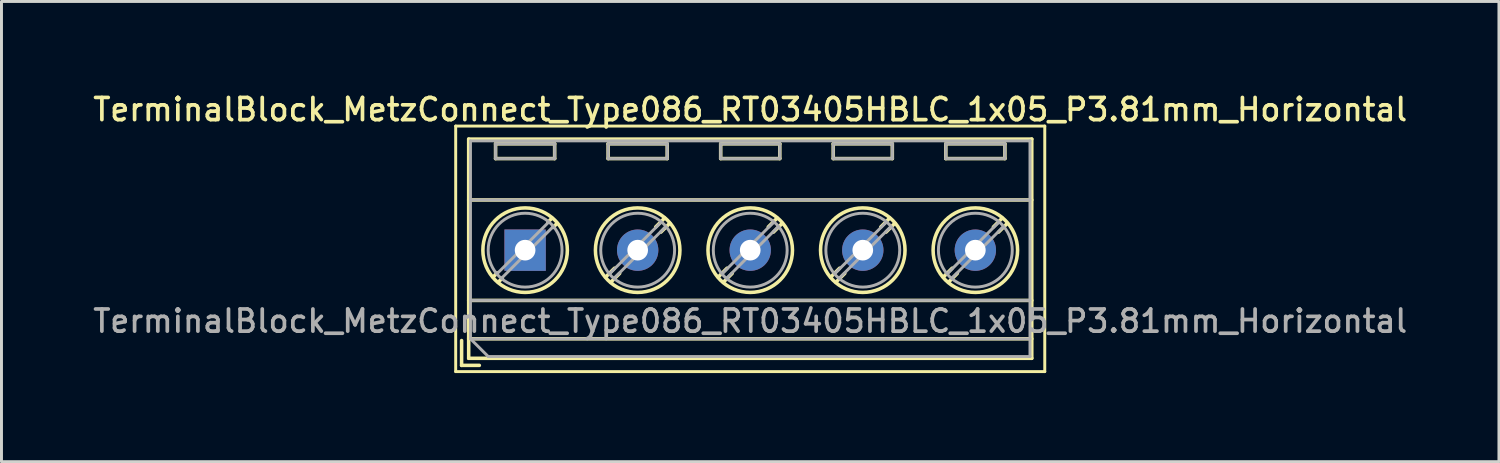
<source format=kicad_pcb>
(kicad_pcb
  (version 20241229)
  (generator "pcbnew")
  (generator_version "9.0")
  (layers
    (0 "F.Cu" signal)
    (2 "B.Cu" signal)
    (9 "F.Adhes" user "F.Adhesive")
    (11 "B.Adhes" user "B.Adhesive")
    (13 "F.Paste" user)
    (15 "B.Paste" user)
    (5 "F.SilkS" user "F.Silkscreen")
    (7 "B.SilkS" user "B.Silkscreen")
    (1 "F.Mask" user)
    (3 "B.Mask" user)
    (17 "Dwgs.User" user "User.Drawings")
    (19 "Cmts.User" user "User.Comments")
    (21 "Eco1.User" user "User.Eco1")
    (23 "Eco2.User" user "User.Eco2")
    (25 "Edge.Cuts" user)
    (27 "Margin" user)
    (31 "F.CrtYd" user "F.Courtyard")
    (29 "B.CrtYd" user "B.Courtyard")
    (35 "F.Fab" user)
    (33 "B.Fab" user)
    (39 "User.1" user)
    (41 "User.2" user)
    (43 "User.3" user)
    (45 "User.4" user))
  (footprint "TerminalBlock_MetzConnect_Type086_RT03405HBLC_1x05_P3.81mm_Horizontal"
    (layer "F.Cu")
    (at 14.725 5.418)
    (property "Reference" "TerminalBlock_MetzConnect_Type086_RT03405HBLC_1x05_P3.81mm_Horizontal" (at 7.62 -4.76 0) (layer "F.SilkS") (effects (font (size 0.75 0.75) (thickness 0.125))))
    (attr through_hole)
    (fp_line (start -2.35 -4.2) (end -2.35 4.11) (stroke (width 0.1) (type solid)) (layer "F.SilkS"))
    (fp_line (start -2.35 4.11) (end 17.59 4.11) (stroke (width 0.1) (type solid)) (layer "F.SilkS"))
    (fp_line (start -2.15 3.06) (end -2.15 3.9) (stroke (width 0.12) (type solid)) (layer "F.SilkS"))
    (fp_line (start -2.15 3.9) (end -1.55 3.9) (stroke (width 0.12) (type solid)) (layer "F.SilkS"))
    (fp_line (start -1.91 -3.76) (end -1.91 3.66) (stroke (width 0.12) (type solid)) (layer "F.SilkS"))
    (fp_line (start -1.91 -3.76) (end 17.15 -3.76) (stroke (width 0.12) (type solid)) (layer "F.SilkS"))
    (fp_line (start -1.91 -1.7) (end 17.15 -1.7) (stroke (width 0.12) (type solid)) (layer "F.SilkS"))
    (fp_line (start -1.91 1.701) (end 17.15 1.701) (stroke (width 0.12) (type solid)) (layer "F.SilkS"))
    (fp_line (start -1.91 3) (end 17.15 3) (stroke (width 0.12) (type solid)) (layer "F.SilkS"))
    (fp_line (start -1.91 3.66) (end 17.15 3.66) (stroke (width 0.12) (type solid)) (layer "F.SilkS"))
    (fp_line (start -1 -3.6) (end -1 -3.1) (stroke (width 0.12) (type solid)) (layer "F.SilkS"))
    (fp_line (start -1 -3.6) (end 1 -3.6) (stroke (width 0.12) (type solid)) (layer "F.SilkS"))
    (fp_line (start -1 -3.1) (end 1 -3.1) (stroke (width 0.12) (type solid)) (layer "F.SilkS"))
    (fp_line (start -0.946 0.771) (end -1.085 0.91) (stroke (width 0.12) (type solid)) (layer "F.SilkS"))
    (fp_line (start -0.771 0.945) (end -0.911 1.085) (stroke (width 0.12) (type solid)) (layer "F.SilkS"))
    (fp_line (start 0.911 -1.085) (end 0.771 -0.945) (stroke (width 0.12) (type solid)) (layer "F.SilkS"))
    (fp_line (start 1 -3.6) (end 1 -3.1) (stroke (width 0.12) (type solid)) (layer "F.SilkS"))
    (fp_line (start 1.085 -0.91) (end 0.945 -0.771) (stroke (width 0.12) (type solid)) (layer "F.SilkS"))
    (fp_line (start 2.81 -3.6) (end 2.81 -3.1) (stroke (width 0.12) (type solid)) (layer "F.SilkS"))
    (fp_line (start 2.81 -3.6) (end 4.81 -3.6) (stroke (width 0.12) (type solid)) (layer "F.SilkS"))
    (fp_line (start 2.81 -3.1) (end 4.81 -3.1) (stroke (width 0.12) (type solid)) (layer "F.SilkS"))
    (fp_line (start 3.025 0.611) (end 2.726 0.91) (stroke (width 0.12) (type solid)) (layer "F.SilkS"))
    (fp_line (start 3.2 0.786) (end 2.9 1.085) (stroke (width 0.12) (type solid)) (layer "F.SilkS"))
    (fp_line (start 4.721 -1.085) (end 4.421 -0.786) (stroke (width 0.12) (type solid)) (layer "F.SilkS"))
    (fp_line (start 4.81 -3.6) (end 4.81 -3.1) (stroke (width 0.12) (type solid)) (layer "F.SilkS"))
    (fp_line (start 4.895 -0.91) (end 4.596 -0.611) (stroke (width 0.12) (type solid)) (layer "F.SilkS"))
    (fp_line (start 6.62 -3.6) (end 6.62 -3.1) (stroke (width 0.12) (type solid)) (layer "F.SilkS"))
    (fp_line (start 6.62 -3.6) (end 8.62 -3.6) (stroke (width 0.12) (type solid)) (layer "F.SilkS"))
    (fp_line (start 6.62 -3.1) (end 8.62 -3.1) (stroke (width 0.12) (type solid)) (layer "F.SilkS"))
    (fp_line (start 6.835 0.611) (end 6.536 0.91) (stroke (width 0.12) (type solid)) (layer "F.SilkS"))
    (fp_line (start 7.01 0.786) (end 6.71 1.085) (stroke (width 0.12) (type solid)) (layer "F.SilkS"))
    (fp_line (start 8.531 -1.085) (end 8.231 -0.786) (stroke (width 0.12) (type solid)) (layer "F.SilkS"))
    (fp_line (start 8.62 -3.6) (end 8.62 -3.1) (stroke (width 0.12) (type solid)) (layer "F.SilkS"))
    (fp_line (start 8.705 -0.91) (end 8.406 -0.611) (stroke (width 0.12) (type solid)) (layer "F.SilkS"))
    (fp_line (start 10.43 -3.6) (end 10.43 -3.1) (stroke (width 0.12) (type solid)) (layer "F.SilkS"))
    (fp_line (start 10.43 -3.6) (end 12.43 -3.6) (stroke (width 0.12) (type solid)) (layer "F.SilkS"))
    (fp_line (start 10.43 -3.1) (end 12.43 -3.1) (stroke (width 0.12) (type solid)) (layer "F.SilkS"))
    (fp_line (start 10.645 0.611) (end 10.346 0.91) (stroke (width 0.12) (type solid)) (layer "F.SilkS"))
    (fp_line (start 10.82 0.786) (end 10.52 1.085) (stroke (width 0.12) (type solid)) (layer "F.SilkS"))
    (fp_line (start 12.341 -1.085) (end 12.041 -0.786) (stroke (width 0.12) (type solid)) (layer "F.SilkS"))
    (fp_line (start 12.43 -3.6) (end 12.43 -3.1) (stroke (width 0.12) (type solid)) (layer "F.SilkS"))
    (fp_line (start 12.515 -0.91) (end 12.216 -0.611) (stroke (width 0.12) (type solid)) (layer "F.SilkS"))
    (fp_line (start 14.24 -3.6) (end 14.24 -3.1) (stroke (width 0.12) (type solid)) (layer "F.SilkS"))
    (fp_line (start 14.24 -3.6) (end 16.241 -3.6) (stroke (width 0.12) (type solid)) (layer "F.SilkS"))
    (fp_line (start 14.24 -3.1) (end 16.241 -3.1) (stroke (width 0.12) (type solid)) (layer "F.SilkS"))
    (fp_line (start 14.455 0.611) (end 14.156 0.91) (stroke (width 0.12) (type solid)) (layer "F.SilkS"))
    (fp_line (start 14.63 0.786) (end 14.33 1.085) (stroke (width 0.12) (type solid)) (layer "F.SilkS"))
    (fp_line (start 16.151 -1.085) (end 15.851 -0.786) (stroke (width 0.12) (type solid)) (layer "F.SilkS"))
    (fp_line (start 16.241 -3.6) (end 16.241 -3.1) (stroke (width 0.12) (type solid)) (layer "F.SilkS"))
    (fp_line (start 16.325 -0.91) (end 16.026 -0.611) (stroke (width 0.12) (type solid)) (layer "F.SilkS"))
    (fp_line (start 17.15 -3.76) (end 17.15 3.66) (stroke (width 0.12) (type solid)) (layer "F.SilkS"))
    (fp_line (start 17.59 -4.2) (end -2.35 -4.2) (stroke (width 0.1) (type solid)) (layer "F.SilkS"))
    (fp_line (start 17.59 4.11) (end 17.59 -4.2) (stroke (width 0.1) (type solid)) (layer "F.SilkS"))
    (fp_circle (center 0 0) (end 1.43 0) (stroke (width 0.12) (type solid)) (fill no) (layer "F.SilkS"))
    (fp_circle (center 3.81 0) (end 5.24 0) (stroke (width 0.12) (type solid)) (fill no) (layer "F.SilkS"))
    (fp_circle (center 7.62 0) (end 9.05 0) (stroke (width 0.12) (type solid)) (fill no) (layer "F.SilkS"))
    (fp_circle (center 11.43 0) (end 12.86 0) (stroke (width 0.12) (type solid)) (fill no) (layer "F.SilkS"))
    (fp_circle (center 15.24 0) (end 16.67 0) (stroke (width 0.12) (type solid)) (fill no) (layer "F.SilkS"))
    (fp_line (start -1.85 -3.7) (end 17.09 -3.7) (stroke (width 0.1) (type solid)) (layer "F.Fab"))
    (fp_line (start -1.85 -1.7) (end 17.09 -1.7) (stroke (width 0.1) (type solid)) (layer "F.Fab"))
    (fp_line (start -1.85 1.7) (end 17.09 1.7) (stroke (width 0.1) (type solid)) (layer "F.Fab"))
    (fp_line (start -1.85 3) (end -1.85 -3.7) (stroke (width 0.1) (type solid)) (layer "F.Fab"))
    (fp_line (start -1.85 3) (end 17.09 3) (stroke (width 0.1) (type solid)) (layer "F.Fab"))
    (fp_line (start -1.25 3.6) (end -1.85 3) (stroke (width 0.1) (type solid)) (layer "F.Fab"))
    (fp_line (start -1 -3.6) (end -1 -3.1) (stroke (width 0.1) (type solid)) (layer "F.Fab"))
    (fp_line (start -1 -3.1) (end 1 -3.1) (stroke (width 0.1) (type solid)) (layer "F.Fab"))
    (fp_line (start 0.796 -0.948) (end -0.949 0.796) (stroke (width 0.1) (type solid)) (layer "F.Fab"))
    (fp_line (start 0.949 -0.796) (end -0.796 0.948) (stroke (width 0.1) (type solid)) (layer "F.Fab"))
    (fp_line (start 1 -3.6) (end -1 -3.6) (stroke (width 0.1) (type solid)) (layer "F.Fab"))
    (fp_line (start 1 -3.1) (end 1 -3.6) (stroke (width 0.1) (type solid)) (layer "F.Fab"))
    (fp_line (start 2.81 -3.6) (end 2.81 -3.1) (stroke (width 0.1) (type solid)) (layer "F.Fab"))
    (fp_line (start 2.81 -3.1) (end 4.81 -3.1) (stroke (width 0.1) (type solid)) (layer "F.Fab"))
    (fp_line (start 4.606 -0.948) (end 2.862 0.796) (stroke (width 0.1) (type solid)) (layer "F.Fab"))
    (fp_line (start 4.759 -0.796) (end 3.015 0.948) (stroke (width 0.1) (type solid)) (layer "F.Fab"))
    (fp_line (start 4.81 -3.6) (end 2.81 -3.6) (stroke (width 0.1) (type solid)) (layer "F.Fab"))
    (fp_line (start 4.81 -3.1) (end 4.81 -3.6) (stroke (width 0.1) (type solid)) (layer "F.Fab"))
    (fp_line (start 6.62 -3.6) (end 6.62 -3.1) (stroke (width 0.1) (type solid)) (layer "F.Fab"))
    (fp_line (start 6.62 -3.1) (end 8.62 -3.1) (stroke (width 0.1) (type solid)) (layer "F.Fab"))
    (fp_line (start 8.416 -0.948) (end 6.672 0.796) (stroke (width 0.1) (type solid)) (layer "F.Fab"))
    (fp_line (start 8.569 -0.796) (end 6.825 0.948) (stroke (width 0.1) (type solid)) (layer "F.Fab"))
    (fp_line (start 8.62 -3.6) (end 6.62 -3.6) (stroke (width 0.1) (type solid)) (layer "F.Fab"))
    (fp_line (start 8.62 -3.1) (end 8.62 -3.6) (stroke (width 0.1) (type solid)) (layer "F.Fab"))
    (fp_line (start 10.43 -3.6) (end 10.43 -3.1) (stroke (width 0.1) (type solid)) (layer "F.Fab"))
    (fp_line (start 10.43 -3.1) (end 12.43 -3.1) (stroke (width 0.1) (type solid)) (layer "F.Fab"))
    (fp_line (start 12.226 -0.948) (end 10.482 0.796) (stroke (width 0.1) (type solid)) (layer "F.Fab"))
    (fp_line (start 12.379 -0.796) (end 10.635 0.948) (stroke (width 0.1) (type solid)) (layer "F.Fab"))
    (fp_line (start 12.43 -3.6) (end 10.43 -3.6) (stroke (width 0.1) (type solid)) (layer "F.Fab"))
    (fp_line (start 12.43 -3.1) (end 12.43 -3.6) (stroke (width 0.1) (type solid)) (layer "F.Fab"))
    (fp_line (start 14.24 -3.6) (end 14.24 -3.1) (stroke (width 0.1) (type solid)) (layer "F.Fab"))
    (fp_line (start 14.24 -3.1) (end 16.24 -3.1) (stroke (width 0.1) (type solid)) (layer "F.Fab"))
    (fp_line (start 16.036 -0.948) (end 14.292 0.796) (stroke (width 0.1) (type solid)) (layer "F.Fab"))
    (fp_line (start 16.189 -0.796) (end 14.445 0.948) (stroke (width 0.1) (type solid)) (layer "F.Fab"))
    (fp_line (start 16.24 -3.6) (end 14.24 -3.6) (stroke (width 0.1) (type solid)) (layer "F.Fab"))
    (fp_line (start 16.24 -3.1) (end 16.24 -3.6) (stroke (width 0.1) (type solid)) (layer "F.Fab"))
    (fp_line (start 17.09 -3.7) (end 17.09 3.6) (stroke (width 0.1) (type solid)) (layer "F.Fab"))
    (fp_line (start 17.09 3.6) (end -1.25 3.6) (stroke (width 0.1) (type solid)) (layer "F.Fab"))
    (fp_circle (center 0 0) (end 1.25 0) (stroke (width 0.1) (type solid)) (fill no) (layer "F.Fab"))
    (fp_circle (center 3.81 0) (end 5.06 0) (stroke (width 0.1) (type solid)) (fill no) (layer "F.Fab"))
    (fp_circle (center 7.62 0) (end 8.87 0) (stroke (width 0.1) (type solid)) (fill no) (layer "F.Fab"))
    (fp_circle (center 11.43 0) (end 12.68 0) (stroke (width 0.1) (type solid)) (fill no) (layer "F.Fab"))
    (fp_circle (center 15.24 0) (end 16.49 0) (stroke (width 0.1) (type solid)) (fill no) (layer "F.Fab"))
    (fp_text user "${REFERENCE}" (at 7.62 2.4 0) (layer "F.Fab") (effects (font (size 0.75 0.75) (thickness 0.125))))
    (pad "1" thru_hole rect (at 0 0) (size 1.4 1.4) (drill 0.7) (layers "*.Cu" "*.Mask"))
    (pad "2" thru_hole circle (at 3.81 0) (size 1.4 1.4) (drill 0.7) (layers "*.Cu" "*.Mask"))
    (pad "3" thru_hole circle (at 7.62 0) (size 1.4 1.4) (drill 0.7) (layers "*.Cu" "*.Mask"))
    (pad "4" thru_hole circle (at 11.43 0) (size 1.4 1.4) (drill 0.7) (layers "*.Cu" "*.Mask"))
    (pad "5" thru_hole circle (at 15.24 0) (size 1.4 1.4) (drill 0.7) (layers "*.Cu" "*.Mask")))
  (gr_rect
    (start -3 -3)
    (end 47.689 12.578)
    (stroke (width 0.1) (type default))
    (fill no)
    (layer "Edge.Cuts")))
</source>
